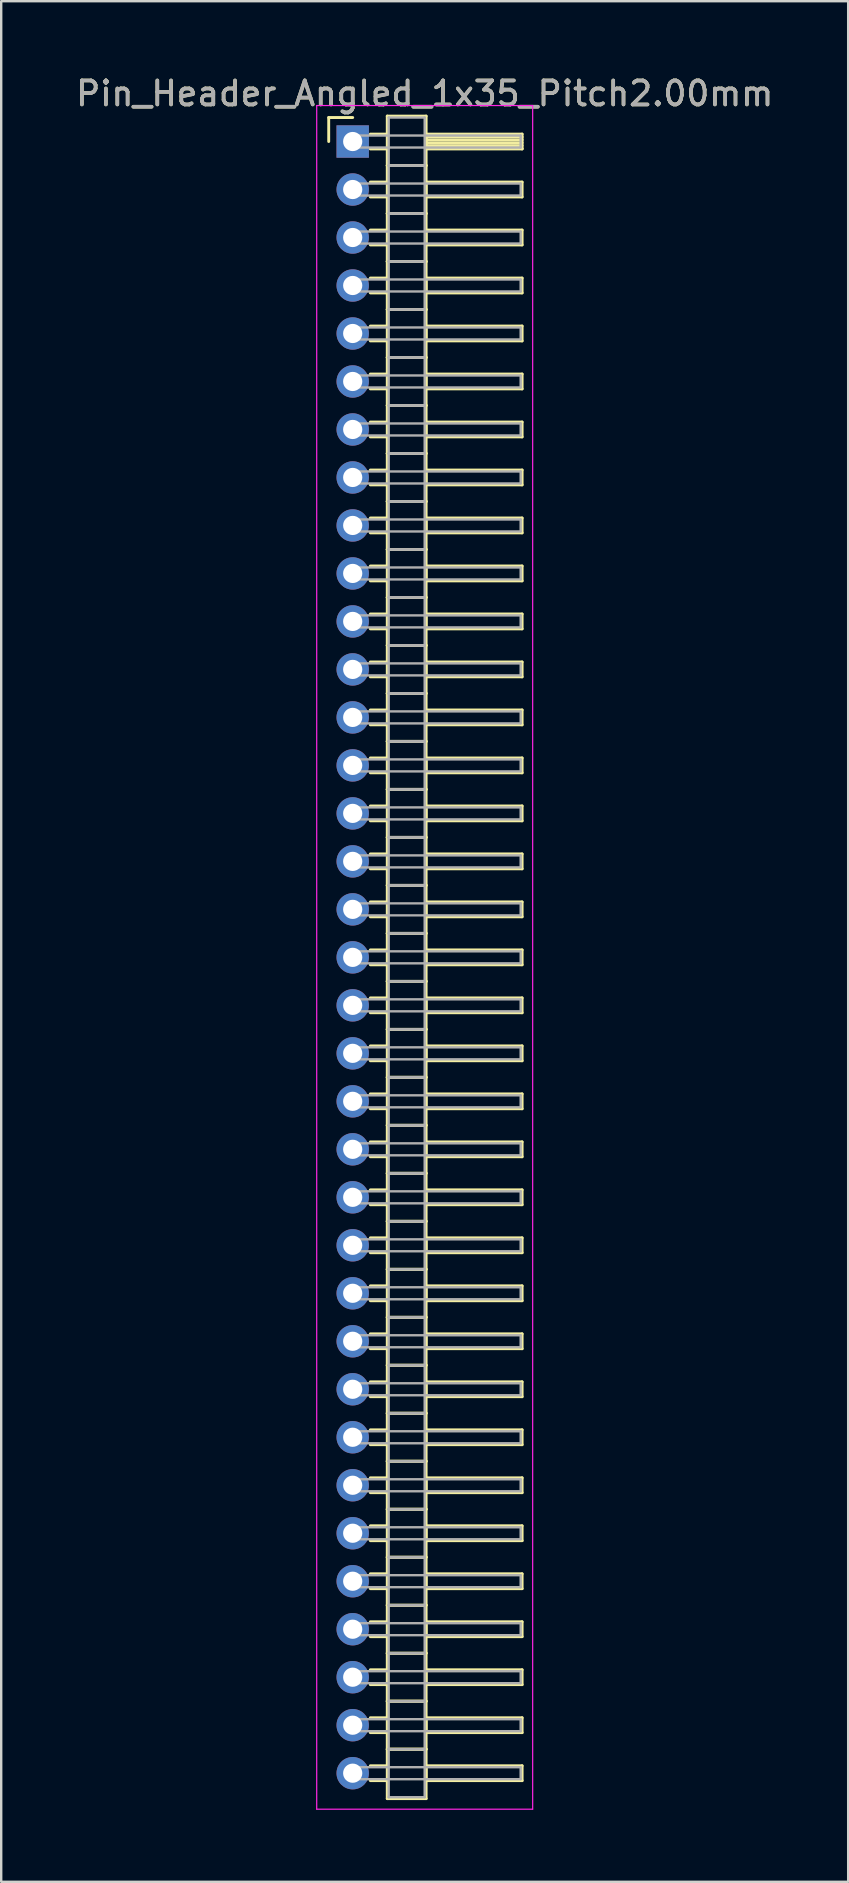
<source format=kicad_pcb>
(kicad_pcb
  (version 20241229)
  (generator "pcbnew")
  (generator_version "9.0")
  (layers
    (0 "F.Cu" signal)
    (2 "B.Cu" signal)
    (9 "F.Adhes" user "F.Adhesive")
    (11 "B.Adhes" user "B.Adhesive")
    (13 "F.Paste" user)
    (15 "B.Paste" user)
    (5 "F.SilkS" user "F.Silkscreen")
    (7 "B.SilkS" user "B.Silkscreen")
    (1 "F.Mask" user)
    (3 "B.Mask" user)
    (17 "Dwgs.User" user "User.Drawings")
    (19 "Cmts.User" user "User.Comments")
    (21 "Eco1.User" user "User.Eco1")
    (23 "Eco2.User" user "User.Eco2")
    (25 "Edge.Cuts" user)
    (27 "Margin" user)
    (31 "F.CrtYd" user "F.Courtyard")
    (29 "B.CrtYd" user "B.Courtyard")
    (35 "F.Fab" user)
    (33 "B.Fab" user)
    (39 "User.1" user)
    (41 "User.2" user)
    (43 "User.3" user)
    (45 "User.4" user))
  (footprint "Pin_Header_Angled_1x35_Pitch2.00mm"
    (layer "F.Cu")
    (at 11.649 2.848)
    (property "Reference" "Pin_Header_Angled_1x35_Pitch2.00mm" (at 3 -2 0) (layer "F.SilkS") (effects (font (size 1 1) (thickness 0.15))))
    (attr through_hole)
    (fp_line (start -1 -1) (end 0 -1) (stroke (width 0.12) (type solid)) (layer "F.SilkS"))
    (fp_line (start -1 0) (end -1 -1) (stroke (width 0.12) (type solid)) (layer "F.SilkS"))
    (fp_line (start 0.735 -0.31) (end 1.44 -0.31) (stroke (width 0.12) (type solid)) (layer "F.SilkS"))
    (fp_line (start 0.735 0.31) (end 1.44 0.31) (stroke (width 0.12) (type solid)) (layer "F.SilkS"))
    (fp_line (start 0.735 1.69) (end 1.44 1.69) (stroke (width 0.12) (type solid)) (layer "F.SilkS"))
    (fp_line (start 0.735 2.31) (end 1.44 2.31) (stroke (width 0.12) (type solid)) (layer "F.SilkS"))
    (fp_line (start 0.735 3.69) (end 1.44 3.69) (stroke (width 0.12) (type solid)) (layer "F.SilkS"))
    (fp_line (start 0.735 4.31) (end 1.44 4.31) (stroke (width 0.12) (type solid)) (layer "F.SilkS"))
    (fp_line (start 0.735 5.69) (end 1.44 5.69) (stroke (width 0.12) (type solid)) (layer "F.SilkS"))
    (fp_line (start 0.735 6.31) (end 1.44 6.31) (stroke (width 0.12) (type solid)) (layer "F.SilkS"))
    (fp_line (start 0.735 7.69) (end 1.44 7.69) (stroke (width 0.12) (type solid)) (layer "F.SilkS"))
    (fp_line (start 0.735 8.31) (end 1.44 8.31) (stroke (width 0.12) (type solid)) (layer "F.SilkS"))
    (fp_line (start 0.735 9.69) (end 1.44 9.69) (stroke (width 0.12) (type solid)) (layer "F.SilkS"))
    (fp_line (start 0.735 10.31) (end 1.44 10.31) (stroke (width 0.12) (type solid)) (layer "F.SilkS"))
    (fp_line (start 0.735 11.69) (end 1.44 11.69) (stroke (width 0.12) (type solid)) (layer "F.SilkS"))
    (fp_line (start 0.735 12.31) (end 1.44 12.31) (stroke (width 0.12) (type solid)) (layer "F.SilkS"))
    (fp_line (start 0.735 13.69) (end 1.44 13.69) (stroke (width 0.12) (type solid)) (layer "F.SilkS"))
    (fp_line (start 0.735 14.31) (end 1.44 14.31) (stroke (width 0.12) (type solid)) (layer "F.SilkS"))
    (fp_line (start 0.735 15.69) (end 1.44 15.69) (stroke (width 0.12) (type solid)) (layer "F.SilkS"))
    (fp_line (start 0.735 16.31) (end 1.44 16.31) (stroke (width 0.12) (type solid)) (layer "F.SilkS"))
    (fp_line (start 0.735 17.69) (end 1.44 17.69) (stroke (width 0.12) (type solid)) (layer "F.SilkS"))
    (fp_line (start 0.735 18.31) (end 1.44 18.31) (stroke (width 0.12) (type solid)) (layer "F.SilkS"))
    (fp_line (start 0.735 19.69) (end 1.44 19.69) (stroke (width 0.12) (type solid)) (layer "F.SilkS"))
    (fp_line (start 0.735 20.31) (end 1.44 20.31) (stroke (width 0.12) (type solid)) (layer "F.SilkS"))
    (fp_line (start 0.735 21.69) (end 1.44 21.69) (stroke (width 0.12) (type solid)) (layer "F.SilkS"))
    (fp_line (start 0.735 22.31) (end 1.44 22.31) (stroke (width 0.12) (type solid)) (layer "F.SilkS"))
    (fp_line (start 0.735 23.69) (end 1.44 23.69) (stroke (width 0.12) (type solid)) (layer "F.SilkS"))
    (fp_line (start 0.735 24.31) (end 1.44 24.31) (stroke (width 0.12) (type solid)) (layer "F.SilkS"))
    (fp_line (start 0.735 25.69) (end 1.44 25.69) (stroke (width 0.12) (type solid)) (layer "F.SilkS"))
    (fp_line (start 0.735 26.31) (end 1.44 26.31) (stroke (width 0.12) (type solid)) (layer "F.SilkS"))
    (fp_line (start 0.735 27.69) (end 1.44 27.69) (stroke (width 0.12) (type solid)) (layer "F.SilkS"))
    (fp_line (start 0.735 28.31) (end 1.44 28.31) (stroke (width 0.12) (type solid)) (layer "F.SilkS"))
    (fp_line (start 0.735 29.69) (end 1.44 29.69) (stroke (width 0.12) (type solid)) (layer "F.SilkS"))
    (fp_line (start 0.735 30.31) (end 1.44 30.31) (stroke (width 0.12) (type solid)) (layer "F.SilkS"))
    (fp_line (start 0.735 31.69) (end 1.44 31.69) (stroke (width 0.12) (type solid)) (layer "F.SilkS"))
    (fp_line (start 0.735 32.31) (end 1.44 32.31) (stroke (width 0.12) (type solid)) (layer "F.SilkS"))
    (fp_line (start 0.735 33.69) (end 1.44 33.69) (stroke (width 0.12) (type solid)) (layer "F.SilkS"))
    (fp_line (start 0.735 34.31) (end 1.44 34.31) (stroke (width 0.12) (type solid)) (layer "F.SilkS"))
    (fp_line (start 0.735 35.69) (end 1.44 35.69) (stroke (width 0.12) (type solid)) (layer "F.SilkS"))
    (fp_line (start 0.735 36.31) (end 1.44 36.31) (stroke (width 0.12) (type solid)) (layer "F.SilkS"))
    (fp_line (start 0.735 37.69) (end 1.44 37.69) (stroke (width 0.12) (type solid)) (layer "F.SilkS"))
    (fp_line (start 0.735 38.31) (end 1.44 38.31) (stroke (width 0.12) (type solid)) (layer "F.SilkS"))
    (fp_line (start 0.735 39.69) (end 1.44 39.69) (stroke (width 0.12) (type solid)) (layer "F.SilkS"))
    (fp_line (start 0.735 40.31) (end 1.44 40.31) (stroke (width 0.12) (type solid)) (layer "F.SilkS"))
    (fp_line (start 0.735 41.69) (end 1.44 41.69) (stroke (width 0.12) (type solid)) (layer "F.SilkS"))
    (fp_line (start 0.735 42.31) (end 1.44 42.31) (stroke (width 0.12) (type solid)) (layer "F.SilkS"))
    (fp_line (start 0.735 43.69) (end 1.44 43.69) (stroke (width 0.12) (type solid)) (layer "F.SilkS"))
    (fp_line (start 0.735 44.31) (end 1.44 44.31) (stroke (width 0.12) (type solid)) (layer "F.SilkS"))
    (fp_line (start 0.735 45.69) (end 1.44 45.69) (stroke (width 0.12) (type solid)) (layer "F.SilkS"))
    (fp_line (start 0.735 46.31) (end 1.44 46.31) (stroke (width 0.12) (type solid)) (layer "F.SilkS"))
    (fp_line (start 0.735 47.69) (end 1.44 47.69) (stroke (width 0.12) (type solid)) (layer "F.SilkS"))
    (fp_line (start 0.735 48.31) (end 1.44 48.31) (stroke (width 0.12) (type solid)) (layer "F.SilkS"))
    (fp_line (start 0.735 49.69) (end 1.44 49.69) (stroke (width 0.12) (type solid)) (layer "F.SilkS"))
    (fp_line (start 0.735 50.31) (end 1.44 50.31) (stroke (width 0.12) (type solid)) (layer "F.SilkS"))
    (fp_line (start 0.735 51.69) (end 1.44 51.69) (stroke (width 0.12) (type solid)) (layer "F.SilkS"))
    (fp_line (start 0.735 52.31) (end 1.44 52.31) (stroke (width 0.12) (type solid)) (layer "F.SilkS"))
    (fp_line (start 0.735 53.69) (end 1.44 53.69) (stroke (width 0.12) (type solid)) (layer "F.SilkS"))
    (fp_line (start 0.735 54.31) (end 1.44 54.31) (stroke (width 0.12) (type solid)) (layer "F.SilkS"))
    (fp_line (start 0.735 55.69) (end 1.44 55.69) (stroke (width 0.12) (type solid)) (layer "F.SilkS"))
    (fp_line (start 0.735 56.31) (end 1.44 56.31) (stroke (width 0.12) (type solid)) (layer "F.SilkS"))
    (fp_line (start 0.735 57.69) (end 1.44 57.69) (stroke (width 0.12) (type solid)) (layer "F.SilkS"))
    (fp_line (start 0.735 58.31) (end 1.44 58.31) (stroke (width 0.12) (type solid)) (layer "F.SilkS"))
    (fp_line (start 0.735 59.69) (end 1.44 59.69) (stroke (width 0.12) (type solid)) (layer "F.SilkS"))
    (fp_line (start 0.735 60.31) (end 1.44 60.31) (stroke (width 0.12) (type solid)) (layer "F.SilkS"))
    (fp_line (start 0.735 61.69) (end 1.44 61.69) (stroke (width 0.12) (type solid)) (layer "F.SilkS"))
    (fp_line (start 0.735 62.31) (end 1.44 62.31) (stroke (width 0.12) (type solid)) (layer "F.SilkS"))
    (fp_line (start 0.735 63.69) (end 1.44 63.69) (stroke (width 0.12) (type solid)) (layer "F.SilkS"))
    (fp_line (start 0.735 64.31) (end 1.44 64.31) (stroke (width 0.12) (type solid)) (layer "F.SilkS"))
    (fp_line (start 0.735 65.69) (end 1.44 65.69) (stroke (width 0.12) (type solid)) (layer "F.SilkS"))
    (fp_line (start 0.735 66.31) (end 1.44 66.31) (stroke (width 0.12) (type solid)) (layer "F.SilkS"))
    (fp_line (start 0.735 67.69) (end 1.44 67.69) (stroke (width 0.12) (type solid)) (layer "F.SilkS"))
    (fp_line (start 0.735 68.31) (end 1.44 68.31) (stroke (width 0.12) (type solid)) (layer "F.SilkS"))
    (fp_line (start 1.44 -1.06) (end 1.44 1) (stroke (width 0.12) (type solid)) (layer "F.SilkS"))
    (fp_line (start 1.44 1) (end 1.44 3) (stroke (width 0.12) (type solid)) (layer "F.SilkS"))
    (fp_line (start 1.44 1) (end 3.06 1) (stroke (width 0.12) (type solid)) (layer "F.SilkS"))
    (fp_line (start 1.44 3) (end 1.44 5) (stroke (width 0.12) (type solid)) (layer "F.SilkS"))
    (fp_line (start 1.44 3) (end 3.06 3) (stroke (width 0.12) (type solid)) (layer "F.SilkS"))
    (fp_line (start 1.44 5) (end 1.44 7) (stroke (width 0.12) (type solid)) (layer "F.SilkS"))
    (fp_line (start 1.44 5) (end 3.06 5) (stroke (width 0.12) (type solid)) (layer "F.SilkS"))
    (fp_line (start 1.44 7) (end 1.44 9) (stroke (width 0.12) (type solid)) (layer "F.SilkS"))
    (fp_line (start 1.44 7) (end 3.06 7) (stroke (width 0.12) (type solid)) (layer "F.SilkS"))
    (fp_line (start 1.44 9) (end 1.44 11) (stroke (width 0.12) (type solid)) (layer "F.SilkS"))
    (fp_line (start 1.44 9) (end 3.06 9) (stroke (width 0.12) (type solid)) (layer "F.SilkS"))
    (fp_line (start 1.44 11) (end 1.44 13) (stroke (width 0.12) (type solid)) (layer "F.SilkS"))
    (fp_line (start 1.44 11) (end 3.06 11) (stroke (width 0.12) (type solid)) (layer "F.SilkS"))
    (fp_line (start 1.44 13) (end 1.44 15) (stroke (width 0.12) (type solid)) (layer "F.SilkS"))
    (fp_line (start 1.44 13) (end 3.06 13) (stroke (width 0.12) (type solid)) (layer "F.SilkS"))
    (fp_line (start 1.44 15) (end 1.44 17) (stroke (width 0.12) (type solid)) (layer "F.SilkS"))
    (fp_line (start 1.44 15) (end 3.06 15) (stroke (width 0.12) (type solid)) (layer "F.SilkS"))
    (fp_line (start 1.44 17) (end 1.44 19) (stroke (width 0.12) (type solid)) (layer "F.SilkS"))
    (fp_line (start 1.44 17) (end 3.06 17) (stroke (width 0.12) (type solid)) (layer "F.SilkS"))
    (fp_line (start 1.44 19) (end 1.44 21) (stroke (width 0.12) (type solid)) (layer "F.SilkS"))
    (fp_line (start 1.44 19) (end 3.06 19) (stroke (width 0.12) (type solid)) (layer "F.SilkS"))
    (fp_line (start 1.44 21) (end 1.44 23) (stroke (width 0.12) (type solid)) (layer "F.SilkS"))
    (fp_line (start 1.44 21) (end 3.06 21) (stroke (width 0.12) (type solid)) (layer "F.SilkS"))
    (fp_line (start 1.44 23) (end 1.44 25) (stroke (width 0.12) (type solid)) (layer "F.SilkS"))
    (fp_line (start 1.44 23) (end 3.06 23) (stroke (width 0.12) (type solid)) (layer "F.SilkS"))
    (fp_line (start 1.44 25) (end 1.44 27) (stroke (width 0.12) (type solid)) (layer "F.SilkS"))
    (fp_line (start 1.44 25) (end 3.06 25) (stroke (width 0.12) (type solid)) (layer "F.SilkS"))
    (fp_line (start 1.44 27) (end 1.44 29) (stroke (width 0.12) (type solid)) (layer "F.SilkS"))
    (fp_line (start 1.44 27) (end 3.06 27) (stroke (width 0.12) (type solid)) (layer "F.SilkS"))
    (fp_line (start 1.44 29) (end 1.44 31) (stroke (width 0.12) (type solid)) (layer "F.SilkS"))
    (fp_line (start 1.44 29) (end 3.06 29) (stroke (width 0.12) (type solid)) (layer "F.SilkS"))
    (fp_line (start 1.44 31) (end 1.44 33) (stroke (width 0.12) (type solid)) (layer "F.SilkS"))
    (fp_line (start 1.44 31) (end 3.06 31) (stroke (width 0.12) (type solid)) (layer "F.SilkS"))
    (fp_line (start 1.44 33) (end 1.44 35) (stroke (width 0.12) (type solid)) (layer "F.SilkS"))
    (fp_line (start 1.44 33) (end 3.06 33) (stroke (width 0.12) (type solid)) (layer "F.SilkS"))
    (fp_line (start 1.44 35) (end 1.44 37) (stroke (width 0.12) (type solid)) (layer "F.SilkS"))
    (fp_line (start 1.44 35) (end 3.06 35) (stroke (width 0.12) (type solid)) (layer "F.SilkS"))
    (fp_line (start 1.44 37) (end 1.44 39) (stroke (width 0.12) (type solid)) (layer "F.SilkS"))
    (fp_line (start 1.44 37) (end 3.06 37) (stroke (width 0.12) (type solid)) (layer "F.SilkS"))
    (fp_line (start 1.44 39) (end 1.44 41) (stroke (width 0.12) (type solid)) (layer "F.SilkS"))
    (fp_line (start 1.44 39) (end 3.06 39) (stroke (width 0.12) (type solid)) (layer "F.SilkS"))
    (fp_line (start 1.44 41) (end 1.44 43) (stroke (width 0.12) (type solid)) (layer "F.SilkS"))
    (fp_line (start 1.44 41) (end 3.06 41) (stroke (width 0.12) (type solid)) (layer "F.SilkS"))
    (fp_line (start 1.44 43) (end 1.44 45) (stroke (width 0.12) (type solid)) (layer "F.SilkS"))
    (fp_line (start 1.44 43) (end 3.06 43) (stroke (width 0.12) (type solid)) (layer "F.SilkS"))
    (fp_line (start 1.44 45) (end 1.44 47) (stroke (width 0.12) (type solid)) (layer "F.SilkS"))
    (fp_line (start 1.44 45) (end 3.06 45) (stroke (width 0.12) (type solid)) (layer "F.SilkS"))
    (fp_line (start 1.44 47) (end 1.44 49) (stroke (width 0.12) (type solid)) (layer "F.SilkS"))
    (fp_line (start 1.44 47) (end 3.06 47) (stroke (width 0.12) (type solid)) (layer "F.SilkS"))
    (fp_line (start 1.44 49) (end 1.44 51) (stroke (width 0.12) (type solid)) (layer "F.SilkS"))
    (fp_line (start 1.44 49) (end 3.06 49) (stroke (width 0.12) (type solid)) (layer "F.SilkS"))
    (fp_line (start 1.44 51) (end 1.44 53) (stroke (width 0.12) (type solid)) (layer "F.SilkS"))
    (fp_line (start 1.44 51) (end 3.06 51) (stroke (width 0.12) (type solid)) (layer "F.SilkS"))
    (fp_line (start 1.44 53) (end 1.44 55) (stroke (width 0.12) (type solid)) (layer "F.SilkS"))
    (fp_line (start 1.44 53) (end 3.06 53) (stroke (width 0.12) (type solid)) (layer "F.SilkS"))
    (fp_line (start 1.44 55) (end 1.44 57) (stroke (width 0.12) (type solid)) (layer "F.SilkS"))
    (fp_line (start 1.44 55) (end 3.06 55) (stroke (width 0.12) (type solid)) (layer "F.SilkS"))
    (fp_line (start 1.44 57) (end 1.44 59) (stroke (width 0.12) (type solid)) (layer "F.SilkS"))
    (fp_line (start 1.44 57) (end 3.06 57) (stroke (width 0.12) (type solid)) (layer "F.SilkS"))
    (fp_line (start 1.44 59) (end 1.44 61) (stroke (width 0.12) (type solid)) (layer "F.SilkS"))
    (fp_line (start 1.44 59) (end 3.06 59) (stroke (width 0.12) (type solid)) (layer "F.SilkS"))
    (fp_line (start 1.44 61) (end 1.44 63) (stroke (width 0.12) (type solid)) (layer "F.SilkS"))
    (fp_line (start 1.44 61) (end 3.06 61) (stroke (width 0.12) (type solid)) (layer "F.SilkS"))
    (fp_line (start 1.44 63) (end 1.44 65) (stroke (width 0.12) (type solid)) (layer "F.SilkS"))
    (fp_line (start 1.44 63) (end 3.06 63) (stroke (width 0.12) (type solid)) (layer "F.SilkS"))
    (fp_line (start 1.44 65) (end 1.44 67) (stroke (width 0.12) (type solid)) (layer "F.SilkS"))
    (fp_line (start 1.44 65) (end 3.06 65) (stroke (width 0.12) (type solid)) (layer "F.SilkS"))
    (fp_line (start 1.44 67) (end 1.44 69.06) (stroke (width 0.12) (type solid)) (layer "F.SilkS"))
    (fp_line (start 1.44 67) (end 3.06 67) (stroke (width 0.12) (type solid)) (layer "F.SilkS"))
    (fp_line (start 1.44 69.06) (end 3.06 69.06) (stroke (width 0.12) (type solid)) (layer "F.SilkS"))
    (fp_line (start 3.06 -1.06) (end 1.44 -1.06) (stroke (width 0.12) (type solid)) (layer "F.SilkS"))
    (fp_line (start 3.06 -0.31) (end 3.06 0.31) (stroke (width 0.12) (type solid)) (layer "F.SilkS"))
    (fp_line (start 3.06 -0.19) (end 7.06 -0.19) (stroke (width 0.12) (type solid)) (layer "F.SilkS"))
    (fp_line (start 3.06 -0.07) (end 7.06 -0.07) (stroke (width 0.12) (type solid)) (layer "F.SilkS"))
    (fp_line (start 3.06 0.05) (end 7.06 0.05) (stroke (width 0.12) (type solid)) (layer "F.SilkS"))
    (fp_line (start 3.06 0.17) (end 7.06 0.17) (stroke (width 0.12) (type solid)) (layer "F.SilkS"))
    (fp_line (start 3.06 0.29) (end 7.06 0.29) (stroke (width 0.12) (type solid)) (layer "F.SilkS"))
    (fp_line (start 3.06 0.31) (end 7.06 0.31) (stroke (width 0.12) (type solid)) (layer "F.SilkS"))
    (fp_line (start 3.06 1) (end 1.44 1) (stroke (width 0.12) (type solid)) (layer "F.SilkS"))
    (fp_line (start 3.06 1) (end 3.06 -1.06) (stroke (width 0.12) (type solid)) (layer "F.SilkS"))
    (fp_line (start 3.06 1.69) (end 3.06 2.31) (stroke (width 0.12) (type solid)) (layer "F.SilkS"))
    (fp_line (start 3.06 2.31) (end 7.06 2.31) (stroke (width 0.12) (type solid)) (layer "F.SilkS"))
    (fp_line (start 3.06 3) (end 1.44 3) (stroke (width 0.12) (type solid)) (layer "F.SilkS"))
    (fp_line (start 3.06 3) (end 3.06 1) (stroke (width 0.12) (type solid)) (layer "F.SilkS"))
    (fp_line (start 3.06 3.69) (end 3.06 4.31) (stroke (width 0.12) (type solid)) (layer "F.SilkS"))
    (fp_line (start 3.06 4.31) (end 7.06 4.31) (stroke (width 0.12) (type solid)) (layer "F.SilkS"))
    (fp_line (start 3.06 5) (end 1.44 5) (stroke (width 0.12) (type solid)) (layer "F.SilkS"))
    (fp_line (start 3.06 5) (end 3.06 3) (stroke (width 0.12) (type solid)) (layer "F.SilkS"))
    (fp_line (start 3.06 5.69) (end 3.06 6.31) (stroke (width 0.12) (type solid)) (layer "F.SilkS"))
    (fp_line (start 3.06 6.31) (end 7.06 6.31) (stroke (width 0.12) (type solid)) (layer "F.SilkS"))
    (fp_line (start 3.06 7) (end 1.44 7) (stroke (width 0.12) (type solid)) (layer "F.SilkS"))
    (fp_line (start 3.06 7) (end 3.06 5) (stroke (width 0.12) (type solid)) (layer "F.SilkS"))
    (fp_line (start 3.06 7.69) (end 3.06 8.31) (stroke (width 0.12) (type solid)) (layer "F.SilkS"))
    (fp_line (start 3.06 8.31) (end 7.06 8.31) (stroke (width 0.12) (type solid)) (layer "F.SilkS"))
    (fp_line (start 3.06 9) (end 1.44 9) (stroke (width 0.12) (type solid)) (layer "F.SilkS"))
    (fp_line (start 3.06 9) (end 3.06 7) (stroke (width 0.12) (type solid)) (layer "F.SilkS"))
    (fp_line (start 3.06 9.69) (end 3.06 10.31) (stroke (width 0.12) (type solid)) (layer "F.SilkS"))
    (fp_line (start 3.06 10.31) (end 7.06 10.31) (stroke (width 0.12) (type solid)) (layer "F.SilkS"))
    (fp_line (start 3.06 11) (end 1.44 11) (stroke (width 0.12) (type solid)) (layer "F.SilkS"))
    (fp_line (start 3.06 11) (end 3.06 9) (stroke (width 0.12) (type solid)) (layer "F.SilkS"))
    (fp_line (start 3.06 11.69) (end 3.06 12.31) (stroke (width 0.12) (type solid)) (layer "F.SilkS"))
    (fp_line (start 3.06 12.31) (end 7.06 12.31) (stroke (width 0.12) (type solid)) (layer "F.SilkS"))
    (fp_line (start 3.06 13) (end 1.44 13) (stroke (width 0.12) (type solid)) (layer "F.SilkS"))
    (fp_line (start 3.06 13) (end 3.06 11) (stroke (width 0.12) (type solid)) (layer "F.SilkS"))
    (fp_line (start 3.06 13.69) (end 3.06 14.31) (stroke (width 0.12) (type solid)) (layer "F.SilkS"))
    (fp_line (start 3.06 14.31) (end 7.06 14.31) (stroke (width 0.12) (type solid)) (layer "F.SilkS"))
    (fp_line (start 3.06 15) (end 1.44 15) (stroke (width 0.12) (type solid)) (layer "F.SilkS"))
    (fp_line (start 3.06 15) (end 3.06 13) (stroke (width 0.12) (type solid)) (layer "F.SilkS"))
    (fp_line (start 3.06 15.69) (end 3.06 16.31) (stroke (width 0.12) (type solid)) (layer "F.SilkS"))
    (fp_line (start 3.06 16.31) (end 7.06 16.31) (stroke (width 0.12) (type solid)) (layer "F.SilkS"))
    (fp_line (start 3.06 17) (end 1.44 17) (stroke (width 0.12) (type solid)) (layer "F.SilkS"))
    (fp_line (start 3.06 17) (end 3.06 15) (stroke (width 0.12) (type solid)) (layer "F.SilkS"))
    (fp_line (start 3.06 17.69) (end 3.06 18.31) (stroke (width 0.12) (type solid)) (layer "F.SilkS"))
    (fp_line (start 3.06 18.31) (end 7.06 18.31) (stroke (width 0.12) (type solid)) (layer "F.SilkS"))
    (fp_line (start 3.06 19) (end 1.44 19) (stroke (width 0.12) (type solid)) (layer "F.SilkS"))
    (fp_line (start 3.06 19) (end 3.06 17) (stroke (width 0.12) (type solid)) (layer "F.SilkS"))
    (fp_line (start 3.06 19.69) (end 3.06 20.31) (stroke (width 0.12) (type solid)) (layer "F.SilkS"))
    (fp_line (start 3.06 20.31) (end 7.06 20.31) (stroke (width 0.12) (type solid)) (layer "F.SilkS"))
    (fp_line (start 3.06 21) (end 1.44 21) (stroke (width 0.12) (type solid)) (layer "F.SilkS"))
    (fp_line (start 3.06 21) (end 3.06 19) (stroke (width 0.12) (type solid)) (layer "F.SilkS"))
    (fp_line (start 3.06 21.69) (end 3.06 22.31) (stroke (width 0.12) (type solid)) (layer "F.SilkS"))
    (fp_line (start 3.06 22.31) (end 7.06 22.31) (stroke (width 0.12) (type solid)) (layer "F.SilkS"))
    (fp_line (start 3.06 23) (end 1.44 23) (stroke (width 0.12) (type solid)) (layer "F.SilkS"))
    (fp_line (start 3.06 23) (end 3.06 21) (stroke (width 0.12) (type solid)) (layer "F.SilkS"))
    (fp_line (start 3.06 23.69) (end 3.06 24.31) (stroke (width 0.12) (type solid)) (layer "F.SilkS"))
    (fp_line (start 3.06 24.31) (end 7.06 24.31) (stroke (width 0.12) (type solid)) (layer "F.SilkS"))
    (fp_line (start 3.06 25) (end 1.44 25) (stroke (width 0.12) (type solid)) (layer "F.SilkS"))
    (fp_line (start 3.06 25) (end 3.06 23) (stroke (width 0.12) (type solid)) (layer "F.SilkS"))
    (fp_line (start 3.06 25.69) (end 3.06 26.31) (stroke (width 0.12) (type solid)) (layer "F.SilkS"))
    (fp_line (start 3.06 26.31) (end 7.06 26.31) (stroke (width 0.12) (type solid)) (layer "F.SilkS"))
    (fp_line (start 3.06 27) (end 1.44 27) (stroke (width 0.12) (type solid)) (layer "F.SilkS"))
    (fp_line (start 3.06 27) (end 3.06 25) (stroke (width 0.12) (type solid)) (layer "F.SilkS"))
    (fp_line (start 3.06 27.69) (end 3.06 28.31) (stroke (width 0.12) (type solid)) (layer "F.SilkS"))
    (fp_line (start 3.06 28.31) (end 7.06 28.31) (stroke (width 0.12) (type solid)) (layer "F.SilkS"))
    (fp_line (start 3.06 29) (end 1.44 29) (stroke (width 0.12) (type solid)) (layer "F.SilkS"))
    (fp_line (start 3.06 29) (end 3.06 27) (stroke (width 0.12) (type solid)) (layer "F.SilkS"))
    (fp_line (start 3.06 29.69) (end 3.06 30.31) (stroke (width 0.12) (type solid)) (layer "F.SilkS"))
    (fp_line (start 3.06 30.31) (end 7.06 30.31) (stroke (width 0.12) (type solid)) (layer "F.SilkS"))
    (fp_line (start 3.06 31) (end 1.44 31) (stroke (width 0.12) (type solid)) (layer "F.SilkS"))
    (fp_line (start 3.06 31) (end 3.06 29) (stroke (width 0.12) (type solid)) (layer "F.SilkS"))
    (fp_line (start 3.06 31.69) (end 3.06 32.31) (stroke (width 0.12) (type solid)) (layer "F.SilkS"))
    (fp_line (start 3.06 32.31) (end 7.06 32.31) (stroke (width 0.12) (type solid)) (layer "F.SilkS"))
    (fp_line (start 3.06 33) (end 1.44 33) (stroke (width 0.12) (type solid)) (layer "F.SilkS"))
    (fp_line (start 3.06 33) (end 3.06 31) (stroke (width 0.12) (type solid)) (layer "F.SilkS"))
    (fp_line (start 3.06 33.69) (end 3.06 34.31) (stroke (width 0.12) (type solid)) (layer "F.SilkS"))
    (fp_line (start 3.06 34.31) (end 7.06 34.31) (stroke (width 0.12) (type solid)) (layer "F.SilkS"))
    (fp_line (start 3.06 35) (end 1.44 35) (stroke (width 0.12) (type solid)) (layer "F.SilkS"))
    (fp_line (start 3.06 35) (end 3.06 33) (stroke (width 0.12) (type solid)) (layer "F.SilkS"))
    (fp_line (start 3.06 35.69) (end 3.06 36.31) (stroke (width 0.12) (type solid)) (layer "F.SilkS"))
    (fp_line (start 3.06 36.31) (end 7.06 36.31) (stroke (width 0.12) (type solid)) (layer "F.SilkS"))
    (fp_line (start 3.06 37) (end 1.44 37) (stroke (width 0.12) (type solid)) (layer "F.SilkS"))
    (fp_line (start 3.06 37) (end 3.06 35) (stroke (width 0.12) (type solid)) (layer "F.SilkS"))
    (fp_line (start 3.06 37.69) (end 3.06 38.31) (stroke (width 0.12) (type solid)) (layer "F.SilkS"))
    (fp_line (start 3.06 38.31) (end 7.06 38.31) (stroke (width 0.12) (type solid)) (layer "F.SilkS"))
    (fp_line (start 3.06 39) (end 1.44 39) (stroke (width 0.12) (type solid)) (layer "F.SilkS"))
    (fp_line (start 3.06 39) (end 3.06 37) (stroke (width 0.12) (type solid)) (layer "F.SilkS"))
    (fp_line (start 3.06 39.69) (end 3.06 40.31) (stroke (width 0.12) (type solid)) (layer "F.SilkS"))
    (fp_line (start 3.06 40.31) (end 7.06 40.31) (stroke (width 0.12) (type solid)) (layer "F.SilkS"))
    (fp_line (start 3.06 41) (end 1.44 41) (stroke (width 0.12) (type solid)) (layer "F.SilkS"))
    (fp_line (start 3.06 41) (end 3.06 39) (stroke (width 0.12) (type solid)) (layer "F.SilkS"))
    (fp_line (start 3.06 41.69) (end 3.06 42.31) (stroke (width 0.12) (type solid)) (layer "F.SilkS"))
    (fp_line (start 3.06 42.31) (end 7.06 42.31) (stroke (width 0.12) (type solid)) (layer "F.SilkS"))
    (fp_line (start 3.06 43) (end 1.44 43) (stroke (width 0.12) (type solid)) (layer "F.SilkS"))
    (fp_line (start 3.06 43) (end 3.06 41) (stroke (width 0.12) (type solid)) (layer "F.SilkS"))
    (fp_line (start 3.06 43.69) (end 3.06 44.31) (stroke (width 0.12) (type solid)) (layer "F.SilkS"))
    (fp_line (start 3.06 44.31) (end 7.06 44.31) (stroke (width 0.12) (type solid)) (layer "F.SilkS"))
    (fp_line (start 3.06 45) (end 1.44 45) (stroke (width 0.12) (type solid)) (layer "F.SilkS"))
    (fp_line (start 3.06 45) (end 3.06 43) (stroke (width 0.12) (type solid)) (layer "F.SilkS"))
    (fp_line (start 3.06 45.69) (end 3.06 46.31) (stroke (width 0.12) (type solid)) (layer "F.SilkS"))
    (fp_line (start 3.06 46.31) (end 7.06 46.31) (stroke (width 0.12) (type solid)) (layer "F.SilkS"))
    (fp_line (start 3.06 47) (end 1.44 47) (stroke (width 0.12) (type solid)) (layer "F.SilkS"))
    (fp_line (start 3.06 47) (end 3.06 45) (stroke (width 0.12) (type solid)) (layer "F.SilkS"))
    (fp_line (start 3.06 47.69) (end 3.06 48.31) (stroke (width 0.12) (type solid)) (layer "F.SilkS"))
    (fp_line (start 3.06 48.31) (end 7.06 48.31) (stroke (width 0.12) (type solid)) (layer "F.SilkS"))
    (fp_line (start 3.06 49) (end 1.44 49) (stroke (width 0.12) (type solid)) (layer "F.SilkS"))
    (fp_line (start 3.06 49) (end 3.06 47) (stroke (width 0.12) (type solid)) (layer "F.SilkS"))
    (fp_line (start 3.06 49.69) (end 3.06 50.31) (stroke (width 0.12) (type solid)) (layer "F.SilkS"))
    (fp_line (start 3.06 50.31) (end 7.06 50.31) (stroke (width 0.12) (type solid)) (layer "F.SilkS"))
    (fp_line (start 3.06 51) (end 1.44 51) (stroke (width 0.12) (type solid)) (layer "F.SilkS"))
    (fp_line (start 3.06 51) (end 3.06 49) (stroke (width 0.12) (type solid)) (layer "F.SilkS"))
    (fp_line (start 3.06 51.69) (end 3.06 52.31) (stroke (width 0.12) (type solid)) (layer "F.SilkS"))
    (fp_line (start 3.06 52.31) (end 7.06 52.31) (stroke (width 0.12) (type solid)) (layer "F.SilkS"))
    (fp_line (start 3.06 53) (end 1.44 53) (stroke (width 0.12) (type solid)) (layer "F.SilkS"))
    (fp_line (start 3.06 53) (end 3.06 51) (stroke (width 0.12) (type solid)) (layer "F.SilkS"))
    (fp_line (start 3.06 53.69) (end 3.06 54.31) (stroke (width 0.12) (type solid)) (layer "F.SilkS"))
    (fp_line (start 3.06 54.31) (end 7.06 54.31) (stroke (width 0.12) (type solid)) (layer "F.SilkS"))
    (fp_line (start 3.06 55) (end 1.44 55) (stroke (width 0.12) (type solid)) (layer "F.SilkS"))
    (fp_line (start 3.06 55) (end 3.06 53) (stroke (width 0.12) (type solid)) (layer "F.SilkS"))
    (fp_line (start 3.06 55.69) (end 3.06 56.31) (stroke (width 0.12) (type solid)) (layer "F.SilkS"))
    (fp_line (start 3.06 56.31) (end 7.06 56.31) (stroke (width 0.12) (type solid)) (layer "F.SilkS"))
    (fp_line (start 3.06 57) (end 1.44 57) (stroke (width 0.12) (type solid)) (layer "F.SilkS"))
    (fp_line (start 3.06 57) (end 3.06 55) (stroke (width 0.12) (type solid)) (layer "F.SilkS"))
    (fp_line (start 3.06 57.69) (end 3.06 58.31) (stroke (width 0.12) (type solid)) (layer "F.SilkS"))
    (fp_line (start 3.06 58.31) (end 7.06 58.31) (stroke (width 0.12) (type solid)) (layer "F.SilkS"))
    (fp_line (start 3.06 59) (end 1.44 59) (stroke (width 0.12) (type solid)) (layer "F.SilkS"))
    (fp_line (start 3.06 59) (end 3.06 57) (stroke (width 0.12) (type solid)) (layer "F.SilkS"))
    (fp_line (start 3.06 59.69) (end 3.06 60.31) (stroke (width 0.12) (type solid)) (layer "F.SilkS"))
    (fp_line (start 3.06 60.31) (end 7.06 60.31) (stroke (width 0.12) (type solid)) (layer "F.SilkS"))
    (fp_line (start 3.06 61) (end 1.44 61) (stroke (width 0.12) (type solid)) (layer "F.SilkS"))
    (fp_line (start 3.06 61) (end 3.06 59) (stroke (width 0.12) (type solid)) (layer "F.SilkS"))
    (fp_line (start 3.06 61.69) (end 3.06 62.31) (stroke (width 0.12) (type solid)) (layer "F.SilkS"))
    (fp_line (start 3.06 62.31) (end 7.06 62.31) (stroke (width 0.12) (type solid)) (layer "F.SilkS"))
    (fp_line (start 3.06 63) (end 1.44 63) (stroke (width 0.12) (type solid)) (layer "F.SilkS"))
    (fp_line (start 3.06 63) (end 3.06 61) (stroke (width 0.12) (type solid)) (layer "F.SilkS"))
    (fp_line (start 3.06 63.69) (end 3.06 64.31) (stroke (width 0.12) (type solid)) (layer "F.SilkS"))
    (fp_line (start 3.06 64.31) (end 7.06 64.31) (stroke (width 0.12) (type solid)) (layer "F.SilkS"))
    (fp_line (start 3.06 65) (end 1.44 65) (stroke (width 0.12) (type solid)) (layer "F.SilkS"))
    (fp_line (start 3.06 65) (end 3.06 63) (stroke (width 0.12) (type solid)) (layer "F.SilkS"))
    (fp_line (start 3.06 65.69) (end 3.06 66.31) (stroke (width 0.12) (type solid)) (layer "F.SilkS"))
    (fp_line (start 3.06 66.31) (end 7.06 66.31) (stroke (width 0.12) (type solid)) (layer "F.SilkS"))
    (fp_line (start 3.06 67) (end 1.44 67) (stroke (width 0.12) (type solid)) (layer "F.SilkS"))
    (fp_line (start 3.06 67) (end 3.06 65) (stroke (width 0.12) (type solid)) (layer "F.SilkS"))
    (fp_line (start 3.06 67.69) (end 3.06 68.31) (stroke (width 0.12) (type solid)) (layer "F.SilkS"))
    (fp_line (start 3.06 68.31) (end 7.06 68.31) (stroke (width 0.12) (type solid)) (layer "F.SilkS"))
    (fp_line (start 3.06 69.06) (end 3.06 67) (stroke (width 0.12) (type solid)) (layer "F.SilkS"))
    (fp_line (start 7.06 -0.31) (end 3.06 -0.31) (stroke (width 0.12) (type solid)) (layer "F.SilkS"))
    (fp_line (start 7.06 0.31) (end 7.06 -0.31) (stroke (width 0.12) (type solid)) (layer "F.SilkS"))
    (fp_line (start 7.06 1.69) (end 3.06 1.69) (stroke (width 0.12) (type solid)) (layer "F.SilkS"))
    (fp_line (start 7.06 2.31) (end 7.06 1.69) (stroke (width 0.12) (type solid)) (layer "F.SilkS"))
    (fp_line (start 7.06 3.69) (end 3.06 3.69) (stroke (width 0.12) (type solid)) (layer "F.SilkS"))
    (fp_line (start 7.06 4.31) (end 7.06 3.69) (stroke (width 0.12) (type solid)) (layer "F.SilkS"))
    (fp_line (start 7.06 5.69) (end 3.06 5.69) (stroke (width 0.12) (type solid)) (layer "F.SilkS"))
    (fp_line (start 7.06 6.31) (end 7.06 5.69) (stroke (width 0.12) (type solid)) (layer "F.SilkS"))
    (fp_line (start 7.06 7.69) (end 3.06 7.69) (stroke (width 0.12) (type solid)) (layer "F.SilkS"))
    (fp_line (start 7.06 8.31) (end 7.06 7.69) (stroke (width 0.12) (type solid)) (layer "F.SilkS"))
    (fp_line (start 7.06 9.69) (end 3.06 9.69) (stroke (width 0.12) (type solid)) (layer "F.SilkS"))
    (fp_line (start 7.06 10.31) (end 7.06 9.69) (stroke (width 0.12) (type solid)) (layer "F.SilkS"))
    (fp_line (start 7.06 11.69) (end 3.06 11.69) (stroke (width 0.12) (type solid)) (layer "F.SilkS"))
    (fp_line (start 7.06 12.31) (end 7.06 11.69) (stroke (width 0.12) (type solid)) (layer "F.SilkS"))
    (fp_line (start 7.06 13.69) (end 3.06 13.69) (stroke (width 0.12) (type solid)) (layer "F.SilkS"))
    (fp_line (start 7.06 14.31) (end 7.06 13.69) (stroke (width 0.12) (type solid)) (layer "F.SilkS"))
    (fp_line (start 7.06 15.69) (end 3.06 15.69) (stroke (width 0.12) (type solid)) (layer "F.SilkS"))
    (fp_line (start 7.06 16.31) (end 7.06 15.69) (stroke (width 0.12) (type solid)) (layer "F.SilkS"))
    (fp_line (start 7.06 17.69) (end 3.06 17.69) (stroke (width 0.12) (type solid)) (layer "F.SilkS"))
    (fp_line (start 7.06 18.31) (end 7.06 17.69) (stroke (width 0.12) (type solid)) (layer "F.SilkS"))
    (fp_line (start 7.06 19.69) (end 3.06 19.69) (stroke (width 0.12) (type solid)) (layer "F.SilkS"))
    (fp_line (start 7.06 20.31) (end 7.06 19.69) (stroke (width 0.12) (type solid)) (layer "F.SilkS"))
    (fp_line (start 7.06 21.69) (end 3.06 21.69) (stroke (width 0.12) (type solid)) (layer "F.SilkS"))
    (fp_line (start 7.06 22.31) (end 7.06 21.69) (stroke (width 0.12) (type solid)) (layer "F.SilkS"))
    (fp_line (start 7.06 23.69) (end 3.06 23.69) (stroke (width 0.12) (type solid)) (layer "F.SilkS"))
    (fp_line (start 7.06 24.31) (end 7.06 23.69) (stroke (width 0.12) (type solid)) (layer "F.SilkS"))
    (fp_line (start 7.06 25.69) (end 3.06 25.69) (stroke (width 0.12) (type solid)) (layer "F.SilkS"))
    (fp_line (start 7.06 26.31) (end 7.06 25.69) (stroke (width 0.12) (type solid)) (layer "F.SilkS"))
    (fp_line (start 7.06 27.69) (end 3.06 27.69) (stroke (width 0.12) (type solid)) (layer "F.SilkS"))
    (fp_line (start 7.06 28.31) (end 7.06 27.69) (stroke (width 0.12) (type solid)) (layer "F.SilkS"))
    (fp_line (start 7.06 29.69) (end 3.06 29.69) (stroke (width 0.12) (type solid)) (layer "F.SilkS"))
    (fp_line (start 7.06 30.31) (end 7.06 29.69) (stroke (width 0.12) (type solid)) (layer "F.SilkS"))
    (fp_line (start 7.06 31.69) (end 3.06 31.69) (stroke (width 0.12) (type solid)) (layer "F.SilkS"))
    (fp_line (start 7.06 32.31) (end 7.06 31.69) (stroke (width 0.12) (type solid)) (layer "F.SilkS"))
    (fp_line (start 7.06 33.69) (end 3.06 33.69) (stroke (width 0.12) (type solid)) (layer "F.SilkS"))
    (fp_line (start 7.06 34.31) (end 7.06 33.69) (stroke (width 0.12) (type solid)) (layer "F.SilkS"))
    (fp_line (start 7.06 35.69) (end 3.06 35.69) (stroke (width 0.12) (type solid)) (layer "F.SilkS"))
    (fp_line (start 7.06 36.31) (end 7.06 35.69) (stroke (width 0.12) (type solid)) (layer "F.SilkS"))
    (fp_line (start 7.06 37.69) (end 3.06 37.69) (stroke (width 0.12) (type solid)) (layer "F.SilkS"))
    (fp_line (start 7.06 38.31) (end 7.06 37.69) (stroke (width 0.12) (type solid)) (layer "F.SilkS"))
    (fp_line (start 7.06 39.69) (end 3.06 39.69) (stroke (width 0.12) (type solid)) (layer "F.SilkS"))
    (fp_line (start 7.06 40.31) (end 7.06 39.69) (stroke (width 0.12) (type solid)) (layer "F.SilkS"))
    (fp_line (start 7.06 41.69) (end 3.06 41.69) (stroke (width 0.12) (type solid)) (layer "F.SilkS"))
    (fp_line (start 7.06 42.31) (end 7.06 41.69) (stroke (width 0.12) (type solid)) (layer "F.SilkS"))
    (fp_line (start 7.06 43.69) (end 3.06 43.69) (stroke (width 0.12) (type solid)) (layer "F.SilkS"))
    (fp_line (start 7.06 44.31) (end 7.06 43.69) (stroke (width 0.12) (type solid)) (layer "F.SilkS"))
    (fp_line (start 7.06 45.69) (end 3.06 45.69) (stroke (width 0.12) (type solid)) (layer "F.SilkS"))
    (fp_line (start 7.06 46.31) (end 7.06 45.69) (stroke (width 0.12) (type solid)) (layer "F.SilkS"))
    (fp_line (start 7.06 47.69) (end 3.06 47.69) (stroke (width 0.12) (type solid)) (layer "F.SilkS"))
    (fp_line (start 7.06 48.31) (end 7.06 47.69) (stroke (width 0.12) (type solid)) (layer "F.SilkS"))
    (fp_line (start 7.06 49.69) (end 3.06 49.69) (stroke (width 0.12) (type solid)) (layer "F.SilkS"))
    (fp_line (start 7.06 50.31) (end 7.06 49.69) (stroke (width 0.12) (type solid)) (layer "F.SilkS"))
    (fp_line (start 7.06 51.69) (end 3.06 51.69) (stroke (width 0.12) (type solid)) (layer "F.SilkS"))
    (fp_line (start 7.06 52.31) (end 7.06 51.69) (stroke (width 0.12) (type solid)) (layer "F.SilkS"))
    (fp_line (start 7.06 53.69) (end 3.06 53.69) (stroke (width 0.12) (type solid)) (layer "F.SilkS"))
    (fp_line (start 7.06 54.31) (end 7.06 53.69) (stroke (width 0.12) (type solid)) (layer "F.SilkS"))
    (fp_line (start 7.06 55.69) (end 3.06 55.69) (stroke (width 0.12) (type solid)) (layer "F.SilkS"))
    (fp_line (start 7.06 56.31) (end 7.06 55.69) (stroke (width 0.12) (type solid)) (layer "F.SilkS"))
    (fp_line (start 7.06 57.69) (end 3.06 57.69) (stroke (width 0.12) (type solid)) (layer "F.SilkS"))
    (fp_line (start 7.06 58.31) (end 7.06 57.69) (stroke (width 0.12) (type solid)) (layer "F.SilkS"))
    (fp_line (start 7.06 59.69) (end 3.06 59.69) (stroke (width 0.12) (type solid)) (layer "F.SilkS"))
    (fp_line (start 7.06 60.31) (end 7.06 59.69) (stroke (width 0.12) (type solid)) (layer "F.SilkS"))
    (fp_line (start 7.06 61.69) (end 3.06 61.69) (stroke (width 0.12) (type solid)) (layer "F.SilkS"))
    (fp_line (start 7.06 62.31) (end 7.06 61.69) (stroke (width 0.12) (type solid)) (layer "F.SilkS"))
    (fp_line (start 7.06 63.69) (end 3.06 63.69) (stroke (width 0.12) (type solid)) (layer "F.SilkS"))
    (fp_line (start 7.06 64.31) (end 7.06 63.69) (stroke (width 0.12) (type solid)) (layer "F.SilkS"))
    (fp_line (start 7.06 65.69) (end 3.06 65.69) (stroke (width 0.12) (type solid)) (layer "F.SilkS"))
    (fp_line (start 7.06 66.31) (end 7.06 65.69) (stroke (width 0.12) (type solid)) (layer "F.SilkS"))
    (fp_line (start 7.06 67.69) (end 3.06 67.69) (stroke (width 0.12) (type solid)) (layer "F.SilkS"))
    (fp_line (start 7.06 68.31) (end 7.06 67.69) (stroke (width 0.12) (type solid)) (layer "F.SilkS"))
    (fp_line (start -1.5 -1.5) (end -1.5 69.5) (stroke (width 0.05) (type solid)) (layer "F.CrtYd"))
    (fp_line (start -1.5 69.5) (end 7.5 69.5) (stroke (width 0.05) (type solid)) (layer "F.CrtYd"))
    (fp_line (start 7.5 -1.5) (end -1.5 -1.5) (stroke (width 0.05) (type solid)) (layer "F.CrtYd"))
    (fp_line (start 7.5 69.5) (end 7.5 -1.5) (stroke (width 0.05) (type solid)) (layer "F.CrtYd"))
    (fp_line (start 0 -0.25) (end 0 0.25) (stroke (width 0.1) (type solid)) (layer "F.Fab"))
    (fp_line (start 0 0.25) (end 7 0.25) (stroke (width 0.1) (type solid)) (layer "F.Fab"))
    (fp_line (start 0 1.75) (end 0 2.25) (stroke (width 0.1) (type solid)) (layer "F.Fab"))
    (fp_line (start 0 2.25) (end 7 2.25) (stroke (width 0.1) (type solid)) (layer "F.Fab"))
    (fp_line (start 0 3.75) (end 0 4.25) (stroke (width 0.1) (type solid)) (layer "F.Fab"))
    (fp_line (start 0 4.25) (end 7 4.25) (stroke (width 0.1) (type solid)) (layer "F.Fab"))
    (fp_line (start 0 5.75) (end 0 6.25) (stroke (width 0.1) (type solid)) (layer "F.Fab"))
    (fp_line (start 0 6.25) (end 7 6.25) (stroke (width 0.1) (type solid)) (layer "F.Fab"))
    (fp_line (start 0 7.75) (end 0 8.25) (stroke (width 0.1) (type solid)) (layer "F.Fab"))
    (fp_line (start 0 8.25) (end 7 8.25) (stroke (width 0.1) (type solid)) (layer "F.Fab"))
    (fp_line (start 0 9.75) (end 0 10.25) (stroke (width 0.1) (type solid)) (layer "F.Fab"))
    (fp_line (start 0 10.25) (end 7 10.25) (stroke (width 0.1) (type solid)) (layer "F.Fab"))
    (fp_line (start 0 11.75) (end 0 12.25) (stroke (width 0.1) (type solid)) (layer "F.Fab"))
    (fp_line (start 0 12.25) (end 7 12.25) (stroke (width 0.1) (type solid)) (layer "F.Fab"))
    (fp_line (start 0 13.75) (end 0 14.25) (stroke (width 0.1) (type solid)) (layer "F.Fab"))
    (fp_line (start 0 14.25) (end 7 14.25) (stroke (width 0.1) (type solid)) (layer "F.Fab"))
    (fp_line (start 0 15.75) (end 0 16.25) (stroke (width 0.1) (type solid)) (layer "F.Fab"))
    (fp_line (start 0 16.25) (end 7 16.25) (stroke (width 0.1) (type solid)) (layer "F.Fab"))
    (fp_line (start 0 17.75) (end 0 18.25) (stroke (width 0.1) (type solid)) (layer "F.Fab"))
    (fp_line (start 0 18.25) (end 7 18.25) (stroke (width 0.1) (type solid)) (layer "F.Fab"))
    (fp_line (start 0 19.75) (end 0 20.25) (stroke (width 0.1) (type solid)) (layer "F.Fab"))
    (fp_line (start 0 20.25) (end 7 20.25) (stroke (width 0.1) (type solid)) (layer "F.Fab"))
    (fp_line (start 0 21.75) (end 0 22.25) (stroke (width 0.1) (type solid)) (layer "F.Fab"))
    (fp_line (start 0 22.25) (end 7 22.25) (stroke (width 0.1) (type solid)) (layer "F.Fab"))
    (fp_line (start 0 23.75) (end 0 24.25) (stroke (width 0.1) (type solid)) (layer "F.Fab"))
    (fp_line (start 0 24.25) (end 7 24.25) (stroke (width 0.1) (type solid)) (layer "F.Fab"))
    (fp_line (start 0 25.75) (end 0 26.25) (stroke (width 0.1) (type solid)) (layer "F.Fab"))
    (fp_line (start 0 26.25) (end 7 26.25) (stroke (width 0.1) (type solid)) (layer "F.Fab"))
    (fp_line (start 0 27.75) (end 0 28.25) (stroke (width 0.1) (type solid)) (layer "F.Fab"))
    (fp_line (start 0 28.25) (end 7 28.25) (stroke (width 0.1) (type solid)) (layer "F.Fab"))
    (fp_line (start 0 29.75) (end 0 30.25) (stroke (width 0.1) (type solid)) (layer "F.Fab"))
    (fp_line (start 0 30.25) (end 7 30.25) (stroke (width 0.1) (type solid)) (layer "F.Fab"))
    (fp_line (start 0 31.75) (end 0 32.25) (stroke (width 0.1) (type solid)) (layer "F.Fab"))
    (fp_line (start 0 32.25) (end 7 32.25) (stroke (width 0.1) (type solid)) (layer "F.Fab"))
    (fp_line (start 0 33.75) (end 0 34.25) (stroke (width 0.1) (type solid)) (layer "F.Fab"))
    (fp_line (start 0 34.25) (end 7 34.25) (stroke (width 0.1) (type solid)) (layer "F.Fab"))
    (fp_line (start 0 35.75) (end 0 36.25) (stroke (width 0.1) (type solid)) (layer "F.Fab"))
    (fp_line (start 0 36.25) (end 7 36.25) (stroke (width 0.1) (type solid)) (layer "F.Fab"))
    (fp_line (start 0 37.75) (end 0 38.25) (stroke (width 0.1) (type solid)) (layer "F.Fab"))
    (fp_line (start 0 38.25) (end 7 38.25) (stroke (width 0.1) (type solid)) (layer "F.Fab"))
    (fp_line (start 0 39.75) (end 0 40.25) (stroke (width 0.1) (type solid)) (layer "F.Fab"))
    (fp_line (start 0 40.25) (end 7 40.25) (stroke (width 0.1) (type solid)) (layer "F.Fab"))
    (fp_line (start 0 41.75) (end 0 42.25) (stroke (width 0.1) (type solid)) (layer "F.Fab"))
    (fp_line (start 0 42.25) (end 7 42.25) (stroke (width 0.1) (type solid)) (layer "F.Fab"))
    (fp_line (start 0 43.75) (end 0 44.25) (stroke (width 0.1) (type solid)) (layer "F.Fab"))
    (fp_line (start 0 44.25) (end 7 44.25) (stroke (width 0.1) (type solid)) (layer "F.Fab"))
    (fp_line (start 0 45.75) (end 0 46.25) (stroke (width 0.1) (type solid)) (layer "F.Fab"))
    (fp_line (start 0 46.25) (end 7 46.25) (stroke (width 0.1) (type solid)) (layer "F.Fab"))
    (fp_line (start 0 47.75) (end 0 48.25) (stroke (width 0.1) (type solid)) (layer "F.Fab"))
    (fp_line (start 0 48.25) (end 7 48.25) (stroke (width 0.1) (type solid)) (layer "F.Fab"))
    (fp_line (start 0 49.75) (end 0 50.25) (stroke (width 0.1) (type solid)) (layer "F.Fab"))
    (fp_line (start 0 50.25) (end 7 50.25) (stroke (width 0.1) (type solid)) (layer "F.Fab"))
    (fp_line (start 0 51.75) (end 0 52.25) (stroke (width 0.1) (type solid)) (layer "F.Fab"))
    (fp_line (start 0 52.25) (end 7 52.25) (stroke (width 0.1) (type solid)) (layer "F.Fab"))
    (fp_line (start 0 53.75) (end 0 54.25) (stroke (width 0.1) (type solid)) (layer "F.Fab"))
    (fp_line (start 0 54.25) (end 7 54.25) (stroke (width 0.1) (type solid)) (layer "F.Fab"))
    (fp_line (start 0 55.75) (end 0 56.25) (stroke (width 0.1) (type solid)) (layer "F.Fab"))
    (fp_line (start 0 56.25) (end 7 56.25) (stroke (width 0.1) (type solid)) (layer "F.Fab"))
    (fp_line (start 0 57.75) (end 0 58.25) (stroke (width 0.1) (type solid)) (layer "F.Fab"))
    (fp_line (start 0 58.25) (end 7 58.25) (stroke (width 0.1) (type solid)) (layer "F.Fab"))
    (fp_line (start 0 59.75) (end 0 60.25) (stroke (width 0.1) (type solid)) (layer "F.Fab"))
    (fp_line (start 0 60.25) (end 7 60.25) (stroke (width 0.1) (type solid)) (layer "F.Fab"))
    (fp_line (start 0 61.75) (end 0 62.25) (stroke (width 0.1) (type solid)) (layer "F.Fab"))
    (fp_line (start 0 62.25) (end 7 62.25) (stroke (width 0.1) (type solid)) (layer "F.Fab"))
    (fp_line (start 0 63.75) (end 0 64.25) (stroke (width 0.1) (type solid)) (layer "F.Fab"))
    (fp_line (start 0 64.25) (end 7 64.25) (stroke (width 0.1) (type solid)) (layer "F.Fab"))
    (fp_line (start 0 65.75) (end 0 66.25) (stroke (width 0.1) (type solid)) (layer "F.Fab"))
    (fp_line (start 0 66.25) (end 7 66.25) (stroke (width 0.1) (type solid)) (layer "F.Fab"))
    (fp_line (start 0 67.75) (end 0 68.25) (stroke (width 0.1) (type solid)) (layer "F.Fab"))
    (fp_line (start 0 68.25) (end 7 68.25) (stroke (width 0.1) (type solid)) (layer "F.Fab"))
    (fp_line (start 1.5 -1) (end 1.5 1) (stroke (width 0.1) (type solid)) (layer "F.Fab"))
    (fp_line (start 1.5 1) (end 1.5 3) (stroke (width 0.1) (type solid)) (layer "F.Fab"))
    (fp_line (start 1.5 1) (end 3 1) (stroke (width 0.1) (type solid)) (layer "F.Fab"))
    (fp_line (start 1.5 3) (end 1.5 5) (stroke (width 0.1) (type solid)) (layer "F.Fab"))
    (fp_line (start 1.5 3) (end 3 3) (stroke (width 0.1) (type solid)) (layer "F.Fab"))
    (fp_line (start 1.5 5) (end 1.5 7) (stroke (width 0.1) (type solid)) (layer "F.Fab"))
    (fp_line (start 1.5 5) (end 3 5) (stroke (width 0.1) (type solid)) (layer "F.Fab"))
    (fp_line (start 1.5 7) (end 1.5 9) (stroke (width 0.1) (type solid)) (layer "F.Fab"))
    (fp_line (start 1.5 7) (end 3 7) (stroke (width 0.1) (type solid)) (layer "F.Fab"))
    (fp_line (start 1.5 9) (end 1.5 11) (stroke (width 0.1) (type solid)) (layer "F.Fab"))
    (fp_line (start 1.5 9) (end 3 9) (stroke (width 0.1) (type solid)) (layer "F.Fab"))
    (fp_line (start 1.5 11) (end 1.5 13) (stroke (width 0.1) (type solid)) (layer "F.Fab"))
    (fp_line (start 1.5 11) (end 3 11) (stroke (width 0.1) (type solid)) (layer "F.Fab"))
    (fp_line (start 1.5 13) (end 1.5 15) (stroke (width 0.1) (type solid)) (layer "F.Fab"))
    (fp_line (start 1.5 13) (end 3 13) (stroke (width 0.1) (type solid)) (layer "F.Fab"))
    (fp_line (start 1.5 15) (end 1.5 17) (stroke (width 0.1) (type solid)) (layer "F.Fab"))
    (fp_line (start 1.5 15) (end 3 15) (stroke (width 0.1) (type solid)) (layer "F.Fab"))
    (fp_line (start 1.5 17) (end 1.5 19) (stroke (width 0.1) (type solid)) (layer "F.Fab"))
    (fp_line (start 1.5 17) (end 3 17) (stroke (width 0.1) (type solid)) (layer "F.Fab"))
    (fp_line (start 1.5 19) (end 1.5 21) (stroke (width 0.1) (type solid)) (layer "F.Fab"))
    (fp_line (start 1.5 19) (end 3 19) (stroke (width 0.1) (type solid)) (layer "F.Fab"))
    (fp_line (start 1.5 21) (end 1.5 23) (stroke (width 0.1) (type solid)) (layer "F.Fab"))
    (fp_line (start 1.5 21) (end 3 21) (stroke (width 0.1) (type solid)) (layer "F.Fab"))
    (fp_line (start 1.5 23) (end 1.5 25) (stroke (width 0.1) (type solid)) (layer "F.Fab"))
    (fp_line (start 1.5 23) (end 3 23) (stroke (width 0.1) (type solid)) (layer "F.Fab"))
    (fp_line (start 1.5 25) (end 1.5 27) (stroke (width 0.1) (type solid)) (layer "F.Fab"))
    (fp_line (start 1.5 25) (end 3 25) (stroke (width 0.1) (type solid)) (layer "F.Fab"))
    (fp_line (start 1.5 27) (end 1.5 29) (stroke (width 0.1) (type solid)) (layer "F.Fab"))
    (fp_line (start 1.5 27) (end 3 27) (stroke (width 0.1) (type solid)) (layer "F.Fab"))
    (fp_line (start 1.5 29) (end 1.5 31) (stroke (width 0.1) (type solid)) (layer "F.Fab"))
    (fp_line (start 1.5 29) (end 3 29) (stroke (width 0.1) (type solid)) (layer "F.Fab"))
    (fp_line (start 1.5 31) (end 1.5 33) (stroke (width 0.1) (type solid)) (layer "F.Fab"))
    (fp_line (start 1.5 31) (end 3 31) (stroke (width 0.1) (type solid)) (layer "F.Fab"))
    (fp_line (start 1.5 33) (end 1.5 35) (stroke (width 0.1) (type solid)) (layer "F.Fab"))
    (fp_line (start 1.5 33) (end 3 33) (stroke (width 0.1) (type solid)) (layer "F.Fab"))
    (fp_line (start 1.5 35) (end 1.5 37) (stroke (width 0.1) (type solid)) (layer "F.Fab"))
    (fp_line (start 1.5 35) (end 3 35) (stroke (width 0.1) (type solid)) (layer "F.Fab"))
    (fp_line (start 1.5 37) (end 1.5 39) (stroke (width 0.1) (type solid)) (layer "F.Fab"))
    (fp_line (start 1.5 37) (end 3 37) (stroke (width 0.1) (type solid)) (layer "F.Fab"))
    (fp_line (start 1.5 39) (end 1.5 41) (stroke (width 0.1) (type solid)) (layer "F.Fab"))
    (fp_line (start 1.5 39) (end 3 39) (stroke (width 0.1) (type solid)) (layer "F.Fab"))
    (fp_line (start 1.5 41) (end 1.5 43) (stroke (width 0.1) (type solid)) (layer "F.Fab"))
    (fp_line (start 1.5 41) (end 3 41) (stroke (width 0.1) (type solid)) (layer "F.Fab"))
    (fp_line (start 1.5 43) (end 1.5 45) (stroke (width 0.1) (type solid)) (layer "F.Fab"))
    (fp_line (start 1.5 43) (end 3 43) (stroke (width 0.1) (type solid)) (layer "F.Fab"))
    (fp_line (start 1.5 45) (end 1.5 47) (stroke (width 0.1) (type solid)) (layer "F.Fab"))
    (fp_line (start 1.5 45) (end 3 45) (stroke (width 0.1) (type solid)) (layer "F.Fab"))
    (fp_line (start 1.5 47) (end 1.5 49) (stroke (width 0.1) (type solid)) (layer "F.Fab"))
    (fp_line (start 1.5 47) (end 3 47) (stroke (width 0.1) (type solid)) (layer "F.Fab"))
    (fp_line (start 1.5 49) (end 1.5 51) (stroke (width 0.1) (type solid)) (layer "F.Fab"))
    (fp_line (start 1.5 49) (end 3 49) (stroke (width 0.1) (type solid)) (layer "F.Fab"))
    (fp_line (start 1.5 51) (end 1.5 53) (stroke (width 0.1) (type solid)) (layer "F.Fab"))
    (fp_line (start 1.5 51) (end 3 51) (stroke (width 0.1) (type solid)) (layer "F.Fab"))
    (fp_line (start 1.5 53) (end 1.5 55) (stroke (width 0.1) (type solid)) (layer "F.Fab"))
    (fp_line (start 1.5 53) (end 3 53) (stroke (width 0.1) (type solid)) (layer "F.Fab"))
    (fp_line (start 1.5 55) (end 1.5 57) (stroke (width 0.1) (type solid)) (layer "F.Fab"))
    (fp_line (start 1.5 55) (end 3 55) (stroke (width 0.1) (type solid)) (layer "F.Fab"))
    (fp_line (start 1.5 57) (end 1.5 59) (stroke (width 0.1) (type solid)) (layer "F.Fab"))
    (fp_line (start 1.5 57) (end 3 57) (stroke (width 0.1) (type solid)) (layer "F.Fab"))
    (fp_line (start 1.5 59) (end 1.5 61) (stroke (width 0.1) (type solid)) (layer "F.Fab"))
    (fp_line (start 1.5 59) (end 3 59) (stroke (width 0.1) (type solid)) (layer "F.Fab"))
    (fp_line (start 1.5 61) (end 1.5 63) (stroke (width 0.1) (type solid)) (layer "F.Fab"))
    (fp_line (start 1.5 61) (end 3 61) (stroke (width 0.1) (type solid)) (layer "F.Fab"))
    (fp_line (start 1.5 63) (end 1.5 65) (stroke (width 0.1) (type solid)) (layer "F.Fab"))
    (fp_line (start 1.5 63) (end 3 63) (stroke (width 0.1) (type solid)) (layer "F.Fab"))
    (fp_line (start 1.5 65) (end 1.5 67) (stroke (width 0.1) (type solid)) (layer "F.Fab"))
    (fp_line (start 1.5 65) (end 3 65) (stroke (width 0.1) (type solid)) (layer "F.Fab"))
    (fp_line (start 1.5 67) (end 1.5 69) (stroke (width 0.1) (type solid)) (layer "F.Fab"))
    (fp_line (start 1.5 67) (end 3 67) (stroke (width 0.1) (type solid)) (layer "F.Fab"))
    (fp_line (start 1.5 69) (end 3 69) (stroke (width 0.1) (type solid)) (layer "F.Fab"))
    (fp_line (start 3 -1) (end 1.5 -1) (stroke (width 0.1) (type solid)) (layer "F.Fab"))
    (fp_line (start 3 1) (end 1.5 1) (stroke (width 0.1) (type solid)) (layer "F.Fab"))
    (fp_line (start 3 1) (end 3 -1) (stroke (width 0.1) (type solid)) (layer "F.Fab"))
    (fp_line (start 3 3) (end 1.5 3) (stroke (width 0.1) (type solid)) (layer "F.Fab"))
    (fp_line (start 3 3) (end 3 1) (stroke (width 0.1) (type solid)) (layer "F.Fab"))
    (fp_line (start 3 5) (end 1.5 5) (stroke (width 0.1) (type solid)) (layer "F.Fab"))
    (fp_line (start 3 5) (end 3 3) (stroke (width 0.1) (type solid)) (layer "F.Fab"))
    (fp_line (start 3 7) (end 1.5 7) (stroke (width 0.1) (type solid)) (layer "F.Fab"))
    (fp_line (start 3 7) (end 3 5) (stroke (width 0.1) (type solid)) (layer "F.Fab"))
    (fp_line (start 3 9) (end 1.5 9) (stroke (width 0.1) (type solid)) (layer "F.Fab"))
    (fp_line (start 3 9) (end 3 7) (stroke (width 0.1) (type solid)) (layer "F.Fab"))
    (fp_line (start 3 11) (end 1.5 11) (stroke (width 0.1) (type solid)) (layer "F.Fab"))
    (fp_line (start 3 11) (end 3 9) (stroke (width 0.1) (type solid)) (layer "F.Fab"))
    (fp_line (start 3 13) (end 1.5 13) (stroke (width 0.1) (type solid)) (layer "F.Fab"))
    (fp_line (start 3 13) (end 3 11) (stroke (width 0.1) (type solid)) (layer "F.Fab"))
    (fp_line (start 3 15) (end 1.5 15) (stroke (width 0.1) (type solid)) (layer "F.Fab"))
    (fp_line (start 3 15) (end 3 13) (stroke (width 0.1) (type solid)) (layer "F.Fab"))
    (fp_line (start 3 17) (end 1.5 17) (stroke (width 0.1) (type solid)) (layer "F.Fab"))
    (fp_line (start 3 17) (end 3 15) (stroke (width 0.1) (type solid)) (layer "F.Fab"))
    (fp_line (start 3 19) (end 1.5 19) (stroke (width 0.1) (type solid)) (layer "F.Fab"))
    (fp_line (start 3 19) (end 3 17) (stroke (width 0.1) (type solid)) (layer "F.Fab"))
    (fp_line (start 3 21) (end 1.5 21) (stroke (width 0.1) (type solid)) (layer "F.Fab"))
    (fp_line (start 3 21) (end 3 19) (stroke (width 0.1) (type solid)) (layer "F.Fab"))
    (fp_line (start 3 23) (end 1.5 23) (stroke (width 0.1) (type solid)) (layer "F.Fab"))
    (fp_line (start 3 23) (end 3 21) (stroke (width 0.1) (type solid)) (layer "F.Fab"))
    (fp_line (start 3 25) (end 1.5 25) (stroke (width 0.1) (type solid)) (layer "F.Fab"))
    (fp_line (start 3 25) (end 3 23) (stroke (width 0.1) (type solid)) (layer "F.Fab"))
    (fp_line (start 3 27) (end 1.5 27) (stroke (width 0.1) (type solid)) (layer "F.Fab"))
    (fp_line (start 3 27) (end 3 25) (stroke (width 0.1) (type solid)) (layer "F.Fab"))
    (fp_line (start 3 29) (end 1.5 29) (stroke (width 0.1) (type solid)) (layer "F.Fab"))
    (fp_line (start 3 29) (end 3 27) (stroke (width 0.1) (type solid)) (layer "F.Fab"))
    (fp_line (start 3 31) (end 1.5 31) (stroke (width 0.1) (type solid)) (layer "F.Fab"))
    (fp_line (start 3 31) (end 3 29) (stroke (width 0.1) (type solid)) (layer "F.Fab"))
    (fp_line (start 3 33) (end 1.5 33) (stroke (width 0.1) (type solid)) (layer "F.Fab"))
    (fp_line (start 3 33) (end 3 31) (stroke (width 0.1) (type solid)) (layer "F.Fab"))
    (fp_line (start 3 35) (end 1.5 35) (stroke (width 0.1) (type solid)) (layer "F.Fab"))
    (fp_line (start 3 35) (end 3 33) (stroke (width 0.1) (type solid)) (layer "F.Fab"))
    (fp_line (start 3 37) (end 1.5 37) (stroke (width 0.1) (type solid)) (layer "F.Fab"))
    (fp_line (start 3 37) (end 3 35) (stroke (width 0.1) (type solid)) (layer "F.Fab"))
    (fp_line (start 3 39) (end 1.5 39) (stroke (width 0.1) (type solid)) (layer "F.Fab"))
    (fp_line (start 3 39) (end 3 37) (stroke (width 0.1) (type solid)) (layer "F.Fab"))
    (fp_line (start 3 41) (end 1.5 41) (stroke (width 0.1) (type solid)) (layer "F.Fab"))
    (fp_line (start 3 41) (end 3 39) (stroke (width 0.1) (type solid)) (layer "F.Fab"))
    (fp_line (start 3 43) (end 1.5 43) (stroke (width 0.1) (type solid)) (layer "F.Fab"))
    (fp_line (start 3 43) (end 3 41) (stroke (width 0.1) (type solid)) (layer "F.Fab"))
    (fp_line (start 3 45) (end 1.5 45) (stroke (width 0.1) (type solid)) (layer "F.Fab"))
    (fp_line (start 3 45) (end 3 43) (stroke (width 0.1) (type solid)) (layer "F.Fab"))
    (fp_line (start 3 47) (end 1.5 47) (stroke (width 0.1) (type solid)) (layer "F.Fab"))
    (fp_line (start 3 47) (end 3 45) (stroke (width 0.1) (type solid)) (layer "F.Fab"))
    (fp_line (start 3 49) (end 1.5 49) (stroke (width 0.1) (type solid)) (layer "F.Fab"))
    (fp_line (start 3 49) (end 3 47) (stroke (width 0.1) (type solid)) (layer "F.Fab"))
    (fp_line (start 3 51) (end 1.5 51) (stroke (width 0.1) (type solid)) (layer "F.Fab"))
    (fp_line (start 3 51) (end 3 49) (stroke (width 0.1) (type solid)) (layer "F.Fab"))
    (fp_line (start 3 53) (end 1.5 53) (stroke (width 0.1) (type solid)) (layer "F.Fab"))
    (fp_line (start 3 53) (end 3 51) (stroke (width 0.1) (type solid)) (layer "F.Fab"))
    (fp_line (start 3 55) (end 1.5 55) (stroke (width 0.1) (type solid)) (layer "F.Fab"))
    (fp_line (start 3 55) (end 3 53) (stroke (width 0.1) (type solid)) (layer "F.Fab"))
    (fp_line (start 3 57) (end 1.5 57) (stroke (width 0.1) (type solid)) (layer "F.Fab"))
    (fp_line (start 3 57) (end 3 55) (stroke (width 0.1) (type solid)) (layer "F.Fab"))
    (fp_line (start 3 59) (end 1.5 59) (stroke (width 0.1) (type solid)) (layer "F.Fab"))
    (fp_line (start 3 59) (end 3 57) (stroke (width 0.1) (type solid)) (layer "F.Fab"))
    (fp_line (start 3 61) (end 1.5 61) (stroke (width 0.1) (type solid)) (layer "F.Fab"))
    (fp_line (start 3 61) (end 3 59) (stroke (width 0.1) (type solid)) (layer "F.Fab"))
    (fp_line (start 3 63) (end 1.5 63) (stroke (width 0.1) (type solid)) (layer "F.Fab"))
    (fp_line (start 3 63) (end 3 61) (stroke (width 0.1) (type solid)) (layer "F.Fab"))
    (fp_line (start 3 65) (end 1.5 65) (stroke (width 0.1) (type solid)) (layer "F.Fab"))
    (fp_line (start 3 65) (end 3 63) (stroke (width 0.1) (type solid)) (layer "F.Fab"))
    (fp_line (start 3 67) (end 1.5 67) (stroke (width 0.1) (type solid)) (layer "F.Fab"))
    (fp_line (start 3 67) (end 3 65) (stroke (width 0.1) (type solid)) (layer "F.Fab"))
    (fp_line (start 3 69) (end 3 67) (stroke (width 0.1) (type solid)) (layer "F.Fab"))
    (fp_line (start 7 -0.25) (end 0 -0.25) (stroke (width 0.1) (type solid)) (layer "F.Fab"))
    (fp_line (start 7 0.25) (end 7 -0.25) (stroke (width 0.1) (type solid)) (layer "F.Fab"))
    (fp_line (start 7 1.75) (end 0 1.75) (stroke (width 0.1) (type solid)) (layer "F.Fab"))
    (fp_line (start 7 2.25) (end 7 1.75) (stroke (width 0.1) (type solid)) (layer "F.Fab"))
    (fp_line (start 7 3.75) (end 0 3.75) (stroke (width 0.1) (type solid)) (layer "F.Fab"))
    (fp_line (start 7 4.25) (end 7 3.75) (stroke (width 0.1) (type solid)) (layer "F.Fab"))
    (fp_line (start 7 5.75) (end 0 5.75) (stroke (width 0.1) (type solid)) (layer "F.Fab"))
    (fp_line (start 7 6.25) (end 7 5.75) (stroke (width 0.1) (type solid)) (layer "F.Fab"))
    (fp_line (start 7 7.75) (end 0 7.75) (stroke (width 0.1) (type solid)) (layer "F.Fab"))
    (fp_line (start 7 8.25) (end 7 7.75) (stroke (width 0.1) (type solid)) (layer "F.Fab"))
    (fp_line (start 7 9.75) (end 0 9.75) (stroke (width 0.1) (type solid)) (layer "F.Fab"))
    (fp_line (start 7 10.25) (end 7 9.75) (stroke (width 0.1) (type solid)) (layer "F.Fab"))
    (fp_line (start 7 11.75) (end 0 11.75) (stroke (width 0.1) (type solid)) (layer "F.Fab"))
    (fp_line (start 7 12.25) (end 7 11.75) (stroke (width 0.1) (type solid)) (layer "F.Fab"))
    (fp_line (start 7 13.75) (end 0 13.75) (stroke (width 0.1) (type solid)) (layer "F.Fab"))
    (fp_line (start 7 14.25) (end 7 13.75) (stroke (width 0.1) (type solid)) (layer "F.Fab"))
    (fp_line (start 7 15.75) (end 0 15.75) (stroke (width 0.1) (type solid)) (layer "F.Fab"))
    (fp_line (start 7 16.25) (end 7 15.75) (stroke (width 0.1) (type solid)) (layer "F.Fab"))
    (fp_line (start 7 17.75) (end 0 17.75) (stroke (width 0.1) (type solid)) (layer "F.Fab"))
    (fp_line (start 7 18.25) (end 7 17.75) (stroke (width 0.1) (type solid)) (layer "F.Fab"))
    (fp_line (start 7 19.75) (end 0 19.75) (stroke (width 0.1) (type solid)) (layer "F.Fab"))
    (fp_line (start 7 20.25) (end 7 19.75) (stroke (width 0.1) (type solid)) (layer "F.Fab"))
    (fp_line (start 7 21.75) (end 0 21.75) (stroke (width 0.1) (type solid)) (layer "F.Fab"))
    (fp_line (start 7 22.25) (end 7 21.75) (stroke (width 0.1) (type solid)) (layer "F.Fab"))
    (fp_line (start 7 23.75) (end 0 23.75) (stroke (width 0.1) (type solid)) (layer "F.Fab"))
    (fp_line (start 7 24.25) (end 7 23.75) (stroke (width 0.1) (type solid)) (layer "F.Fab"))
    (fp_line (start 7 25.75) (end 0 25.75) (stroke (width 0.1) (type solid)) (layer "F.Fab"))
    (fp_line (start 7 26.25) (end 7 25.75) (stroke (width 0.1) (type solid)) (layer "F.Fab"))
    (fp_line (start 7 27.75) (end 0 27.75) (stroke (width 0.1) (type solid)) (layer "F.Fab"))
    (fp_line (start 7 28.25) (end 7 27.75) (stroke (width 0.1) (type solid)) (layer "F.Fab"))
    (fp_line (start 7 29.75) (end 0 29.75) (stroke (width 0.1) (type solid)) (layer "F.Fab"))
    (fp_line (start 7 30.25) (end 7 29.75) (stroke (width 0.1) (type solid)) (layer "F.Fab"))
    (fp_line (start 7 31.75) (end 0 31.75) (stroke (width 0.1) (type solid)) (layer "F.Fab"))
    (fp_line (start 7 32.25) (end 7 31.75) (stroke (width 0.1) (type solid)) (layer "F.Fab"))
    (fp_line (start 7 33.75) (end 0 33.75) (stroke (width 0.1) (type solid)) (layer "F.Fab"))
    (fp_line (start 7 34.25) (end 7 33.75) (stroke (width 0.1) (type solid)) (layer "F.Fab"))
    (fp_line (start 7 35.75) (end 0 35.75) (stroke (width 0.1) (type solid)) (layer "F.Fab"))
    (fp_line (start 7 36.25) (end 7 35.75) (stroke (width 0.1) (type solid)) (layer "F.Fab"))
    (fp_line (start 7 37.75) (end 0 37.75) (stroke (width 0.1) (type solid)) (layer "F.Fab"))
    (fp_line (start 7 38.25) (end 7 37.75) (stroke (width 0.1) (type solid)) (layer "F.Fab"))
    (fp_line (start 7 39.75) (end 0 39.75) (stroke (width 0.1) (type solid)) (layer "F.Fab"))
    (fp_line (start 7 40.25) (end 7 39.75) (stroke (width 0.1) (type solid)) (layer "F.Fab"))
    (fp_line (start 7 41.75) (end 0 41.75) (stroke (width 0.1) (type solid)) (layer "F.Fab"))
    (fp_line (start 7 42.25) (end 7 41.75) (stroke (width 0.1) (type solid)) (layer "F.Fab"))
    (fp_line (start 7 43.75) (end 0 43.75) (stroke (width 0.1) (type solid)) (layer "F.Fab"))
    (fp_line (start 7 44.25) (end 7 43.75) (stroke (width 0.1) (type solid)) (layer "F.Fab"))
    (fp_line (start 7 45.75) (end 0 45.75) (stroke (width 0.1) (type solid)) (layer "F.Fab"))
    (fp_line (start 7 46.25) (end 7 45.75) (stroke (width 0.1) (type solid)) (layer "F.Fab"))
    (fp_line (start 7 47.75) (end 0 47.75) (stroke (width 0.1) (type solid)) (layer "F.Fab"))
    (fp_line (start 7 48.25) (end 7 47.75) (stroke (width 0.1) (type solid)) (layer "F.Fab"))
    (fp_line (start 7 49.75) (end 0 49.75) (stroke (width 0.1) (type solid)) (layer "F.Fab"))
    (fp_line (start 7 50.25) (end 7 49.75) (stroke (width 0.1) (type solid)) (layer "F.Fab"))
    (fp_line (start 7 51.75) (end 0 51.75) (stroke (width 0.1) (type solid)) (layer "F.Fab"))
    (fp_line (start 7 52.25) (end 7 51.75) (stroke (width 0.1) (type solid)) (layer "F.Fab"))
    (fp_line (start 7 53.75) (end 0 53.75) (stroke (width 0.1) (type solid)) (layer "F.Fab"))
    (fp_line (start 7 54.25) (end 7 53.75) (stroke (width 0.1) (type solid)) (layer "F.Fab"))
    (fp_line (start 7 55.75) (end 0 55.75) (stroke (width 0.1) (type solid)) (layer "F.Fab"))
    (fp_line (start 7 56.25) (end 7 55.75) (stroke (width 0.1) (type solid)) (layer "F.Fab"))
    (fp_line (start 7 57.75) (end 0 57.75) (stroke (width 0.1) (type solid)) (layer "F.Fab"))
    (fp_line (start 7 58.25) (end 7 57.75) (stroke (width 0.1) (type solid)) (layer "F.Fab"))
    (fp_line (start 7 59.75) (end 0 59.75) (stroke (width 0.1) (type solid)) (layer "F.Fab"))
    (fp_line (start 7 60.25) (end 7 59.75) (stroke (width 0.1) (type solid)) (layer "F.Fab"))
    (fp_line (start 7 61.75) (end 0 61.75) (stroke (width 0.1) (type solid)) (layer "F.Fab"))
    (fp_line (start 7 62.25) (end 7 61.75) (stroke (width 0.1) (type solid)) (layer "F.Fab"))
    (fp_line (start 7 63.75) (end 0 63.75) (stroke (width 0.1) (type solid)) (layer "F.Fab"))
    (fp_line (start 7 64.25) (end 7 63.75) (stroke (width 0.1) (type solid)) (layer "F.Fab"))
    (fp_line (start 7 65.75) (end 0 65.75) (stroke (width 0.1) (type solid)) (layer "F.Fab"))
    (fp_line (start 7 66.25) (end 7 65.75) (stroke (width 0.1) (type solid)) (layer "F.Fab"))
    (fp_line (start 7 67.75) (end 0 67.75) (stroke (width 0.1) (type solid)) (layer "F.Fab"))
    (fp_line (start 7 68.25) (end 7 67.75) (stroke (width 0.1) (type solid)) (layer "F.Fab"))
    (fp_text user "${REFERENCE}" (at 3 -2 0) (layer "F.Fab") (effects (font (size 1 1) (thickness 0.15))))
    (pad "1" thru_hole rect (at 0 0) (size 1.35 1.35) (drill 0.8) (layers "*.Cu" "*.Mask"))
    (pad "2" thru_hole oval (at 0 2) (size 1.35 1.35) (drill 0.8) (layers "*.Cu" "*.Mask"))
    (pad "3" thru_hole oval (at 0 4) (size 1.35 1.35) (drill 0.8) (layers "*.Cu" "*.Mask"))
    (pad "4" thru_hole oval (at 0 6) (size 1.35 1.35) (drill 0.8) (layers "*.Cu" "*.Mask"))
    (pad "5" thru_hole oval (at 0 8) (size 1.35 1.35) (drill 0.8) (layers "*.Cu" "*.Mask"))
    (pad "6" thru_hole oval (at 0 10) (size 1.35 1.35) (drill 0.8) (layers "*.Cu" "*.Mask"))
    (pad "7" thru_hole oval (at 0 12) (size 1.35 1.35) (drill 0.8) (layers "*.Cu" "*.Mask"))
    (pad "8" thru_hole oval (at 0 14) (size 1.35 1.35) (drill 0.8) (layers "*.Cu" "*.Mask"))
    (pad "9" thru_hole oval (at 0 16) (size 1.35 1.35) (drill 0.8) (layers "*.Cu" "*.Mask"))
    (pad "10" thru_hole oval (at 0 18) (size 1.35 1.35) (drill 0.8) (layers "*.Cu" "*.Mask"))
    (pad "11" thru_hole oval (at 0 20) (size 1.35 1.35) (drill 0.8) (layers "*.Cu" "*.Mask"))
    (pad "12" thru_hole oval (at 0 22) (size 1.35 1.35) (drill 0.8) (layers "*.Cu" "*.Mask"))
    (pad "13" thru_hole oval (at 0 24) (size 1.35 1.35) (drill 0.8) (layers "*.Cu" "*.Mask"))
    (pad "14" thru_hole oval (at 0 26) (size 1.35 1.35) (drill 0.8) (layers "*.Cu" "*.Mask"))
    (pad "15" thru_hole oval (at 0 28) (size 1.35 1.35) (drill 0.8) (layers "*.Cu" "*.Mask"))
    (pad "16" thru_hole oval (at 0 30) (size 1.35 1.35) (drill 0.8) (layers "*.Cu" "*.Mask"))
    (pad "17" thru_hole oval (at 0 32) (size 1.35 1.35) (drill 0.8) (layers "*.Cu" "*.Mask"))
    (pad "18" thru_hole oval (at 0 34) (size 1.35 1.35) (drill 0.8) (layers "*.Cu" "*.Mask"))
    (pad "19" thru_hole oval (at 0 36) (size 1.35 1.35) (drill 0.8) (layers "*.Cu" "*.Mask"))
    (pad "20" thru_hole oval (at 0 38) (size 1.35 1.35) (drill 0.8) (layers "*.Cu" "*.Mask"))
    (pad "21" thru_hole oval (at 0 40) (size 1.35 1.35) (drill 0.8) (layers "*.Cu" "*.Mask"))
    (pad "22" thru_hole oval (at 0 42) (size 1.35 1.35) (drill 0.8) (layers "*.Cu" "*.Mask"))
    (pad "23" thru_hole oval (at 0 44) (size 1.35 1.35) (drill 0.8) (layers "*.Cu" "*.Mask"))
    (pad "24" thru_hole oval (at 0 46) (size 1.35 1.35) (drill 0.8) (layers "*.Cu" "*.Mask"))
    (pad "25" thru_hole oval (at 0 48) (size 1.35 1.35) (drill 0.8) (layers "*.Cu" "*.Mask"))
    (pad "26" thru_hole oval (at 0 50) (size 1.35 1.35) (drill 0.8) (layers "*.Cu" "*.Mask"))
    (pad "27" thru_hole oval (at 0 52) (size 1.35 1.35) (drill 0.8) (layers "*.Cu" "*.Mask"))
    (pad "28" thru_hole oval (at 0 54) (size 1.35 1.35) (drill 0.8) (layers "*.Cu" "*.Mask"))
    (pad "29" thru_hole oval (at 0 56) (size 1.35 1.35) (drill 0.8) (layers "*.Cu" "*.Mask"))
    (pad "30" thru_hole oval (at 0 58) (size 1.35 1.35) (drill 0.8) (layers "*.Cu" "*.Mask"))
    (pad "31" thru_hole oval (at 0 60) (size 1.35 1.35) (drill 0.8) (layers "*.Cu" "*.Mask"))
    (pad "32" thru_hole oval (at 0 62) (size 1.35 1.35) (drill 0.8) (layers "*.Cu" "*.Mask"))
    (pad "33" thru_hole oval (at 0 64) (size 1.35 1.35) (drill 0.8) (layers "*.Cu" "*.Mask"))
    (pad "34" thru_hole oval (at 0 66) (size 1.35 1.35) (drill 0.8) (layers "*.Cu" "*.Mask"))
    (pad "35" thru_hole oval (at 0 68) (size 1.35 1.35) (drill 0.8) (layers "*.Cu" "*.Mask")))
  (gr_rect
    (start -3 -3)
    (end 32.298 75.373)
    (stroke (width 0.1) (type default))
    (fill no)
    (layer "Edge.Cuts")))
</source>
